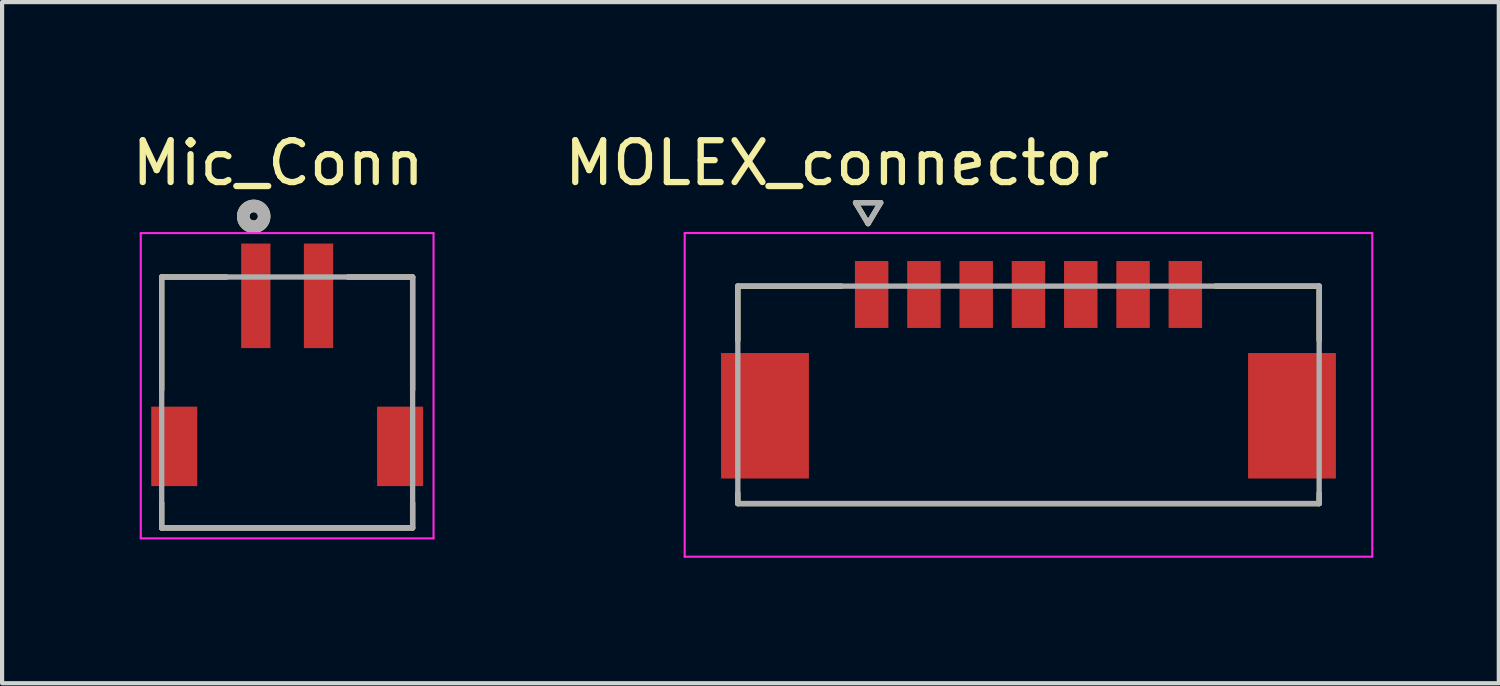
<source format=kicad_pcb>
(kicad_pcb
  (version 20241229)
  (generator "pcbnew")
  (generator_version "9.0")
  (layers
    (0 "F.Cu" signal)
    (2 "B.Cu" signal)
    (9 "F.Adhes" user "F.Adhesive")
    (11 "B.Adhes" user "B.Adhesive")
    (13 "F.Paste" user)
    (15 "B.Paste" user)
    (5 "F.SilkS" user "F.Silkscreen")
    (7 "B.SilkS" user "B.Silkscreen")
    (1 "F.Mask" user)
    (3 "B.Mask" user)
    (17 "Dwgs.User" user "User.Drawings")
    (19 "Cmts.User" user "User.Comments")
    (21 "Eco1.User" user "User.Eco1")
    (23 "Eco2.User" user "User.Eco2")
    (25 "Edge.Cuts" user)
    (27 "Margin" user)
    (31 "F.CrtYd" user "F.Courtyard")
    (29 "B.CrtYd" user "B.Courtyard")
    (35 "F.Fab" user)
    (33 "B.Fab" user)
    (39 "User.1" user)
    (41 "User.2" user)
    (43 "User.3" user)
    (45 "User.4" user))
  (footprint "MOLEX_connector"
    (layer "F.Cu")
    (at 21.541 6.391)
    (property "Reference" "MOLEX_connector" (at -4.575 -5.543 0) (layer "F.SilkS") (effects (font (size 1 1) (thickness 0.15))))
    (attr smd)
    (fp_poly (pts (xy -7.426 -1.076) (xy -5.174 -1.076) (xy -5.174 2.076) (xy -7.426 2.076)) (stroke (width 0.01) (type solid)) (fill yes) (layer "F.Mask"))
    (fp_poly (pts (xy -4.226 -3.276) (xy -3.274 -3.276) (xy -3.274 -1.524) (xy -4.226 -1.524)) (stroke (width 0.01) (type solid)) (fill yes) (layer "F.Mask"))
    (fp_poly (pts (xy -2.976 -3.276) (xy -2.024 -3.276) (xy -2.024 -1.524) (xy -2.976 -1.524)) (stroke (width 0.01) (type solid)) (fill yes) (layer "F.Mask"))
    (fp_poly (pts (xy -1.726 -3.276) (xy -0.774 -3.276) (xy -0.774 -1.524) (xy -1.726 -1.524)) (stroke (width 0.01) (type solid)) (fill yes) (layer "F.Mask"))
    (fp_poly (pts (xy -0.476 -3.276) (xy 0.476 -3.276) (xy 0.476 -1.524) (xy -0.476 -1.524)) (stroke (width 0.01) (type solid)) (fill yes) (layer "F.Mask"))
    (fp_poly (pts (xy 0.774 -3.276) (xy 1.726 -3.276) (xy 1.726 -1.524) (xy 0.774 -1.524)) (stroke (width 0.01) (type solid)) (fill yes) (layer "F.Mask"))
    (fp_poly (pts (xy 2.024 -3.276) (xy 2.976 -3.276) (xy 2.976 -1.524) (xy 2.024 -1.524)) (stroke (width 0.01) (type solid)) (fill yes) (layer "F.Mask"))
    (fp_poly (pts (xy 3.274 -3.276) (xy 4.226 -3.276) (xy 4.226 -1.524) (xy 3.274 -1.524)) (stroke (width 0.01) (type solid)) (fill yes) (layer "F.Mask"))
    (fp_poly (pts (xy 5.174 -1.076) (xy 7.426 -1.076) (xy 7.426 2.076) (xy 5.174 2.076)) (stroke (width 0.01) (type solid)) (fill yes) (layer "F.Mask"))
    (fp_line (start -6.95 -2.6) (end -4.47 -2.6) (stroke (width 0.127) (type solid)) (layer "F.SilkS"))
    (fp_line (start -6.95 -1.3) (end -6.95 -2.6) (stroke (width 0.127) (type solid)) (layer "F.SilkS"))
    (fp_line (start -6.95 2.6) (end -6.95 2.35) (stroke (width 0.127) (type solid)) (layer "F.SilkS"))
    (fp_line (start -6.95 2.6) (end 6.95 2.6) (stroke (width 0.127) (type solid)) (layer "F.SilkS"))
    (fp_line (start -4.135 -4.595) (end -3.535 -4.595) (stroke (width 0.127) (type solid)) (layer "F.SilkS"))
    (fp_line (start -3.835 -4.095) (end -4.135 -4.595) (stroke (width 0.127) (type solid)) (layer "F.SilkS"))
    (fp_line (start -3.535 -4.595) (end -3.835 -4.095) (stroke (width 0.127) (type solid)) (layer "F.SilkS"))
    (fp_line (start 4.47 -2.6) (end 6.95 -2.6) (stroke (width 0.127) (type solid)) (layer "F.SilkS"))
    (fp_line (start 6.95 -2.6) (end 6.95 -1.3) (stroke (width 0.127) (type solid)) (layer "F.SilkS"))
    (fp_line (start 6.95 2.6) (end 6.95 2.35) (stroke (width 0.127) (type solid)) (layer "F.SilkS"))
    (fp_line (start -8.22 3.87) (end -8.22 -3.87) (stroke (width 0.05) (type solid)) (layer "F.CrtYd"))
    (fp_line (start 8.22 -3.87) (end -8.22 -3.87) (stroke (width 0.05) (type solid)) (layer "F.CrtYd"))
    (fp_line (start 8.22 -3.87) (end 8.22 3.87) (stroke (width 0.05) (type solid)) (layer "F.CrtYd"))
    (fp_line (start 8.22 3.87) (end -8.22 3.87) (stroke (width 0.05) (type solid)) (layer "F.CrtYd"))
    (fp_line (start -6.95 -2.6) (end 6.95 -2.6) (stroke (width 0.127) (type solid)) (layer "F.Fab"))
    (fp_line (start -6.95 2.6) (end -6.95 -2.6) (stroke (width 0.127) (type solid)) (layer "F.Fab"))
    (fp_line (start -4.135 -4.595) (end -3.535 -4.595) (stroke (width 0.127) (type solid)) (layer "F.Fab"))
    (fp_line (start -3.835 -4.095) (end -4.135 -4.595) (stroke (width 0.127) (type solid)) (layer "F.Fab"))
    (fp_line (start -3.535 -4.595) (end -3.835 -4.095) (stroke (width 0.127) (type solid)) (layer "F.Fab"))
    (fp_line (start 6.95 -2.6) (end 6.95 2.6) (stroke (width 0.127) (type solid)) (layer "F.Fab"))
    (fp_line (start 6.95 2.6) (end -6.95 2.6) (stroke (width 0.127) (type solid)) (layer "F.Fab"))
    (pad "1" smd rect (at -3.75 -2.4) (size 0.8 1.6) (layers "F.Cu" "F.Paste"))
    (pad "2" smd rect (at -2.5 -2.4) (size 0.8 1.6) (layers "F.Cu" "F.Paste"))
    (pad "3" smd rect (at -1.25 -2.4) (size 0.8 1.6) (layers "F.Cu" "F.Paste"))
    (pad "4" smd rect (at 0 -2.4) (size 0.8 1.6) (layers "F.Cu" "F.Paste"))
    (pad "5" smd rect (at 1.25 -2.4) (size 0.8 1.6) (layers "F.Cu" "F.Paste"))
    (pad "6" smd rect (at 2.5 -2.4) (size 0.8 1.6) (layers "F.Cu" "F.Paste"))
    (pad "7" smd rect (at 3.75 -2.4) (size 0.8 1.6) (layers "F.Cu" "F.Paste"))
    (pad "S1" smd rect (at -6.3 0.5) (size 2.1 3) (layers "F.Cu" "F.Paste"))
    (pad "S2" smd rect (at 6.3 0.5) (size 2.1 3) (layers "F.Cu" "F.Paste")))
  (footprint "Mic_Conn"
    (layer "F.Cu")
    (at 3.816 6.173)
    (property "Reference" "Mic_Conn" (at -0.215 -5.325 0) (layer "F.SilkS") (effects (font (size 1 1) (thickness 0.15))))
    (attr smd)
    (fp_line (start -3 -2.6) (end -3 0.1) (stroke (width 0.127) (type solid)) (layer "F.SilkS"))
    (fp_line (start -3 2.8) (end -3 3.4) (stroke (width 0.127) (type solid)) (layer "F.SilkS"))
    (fp_line (start -3 3.4) (end 3 3.4) (stroke (width 0.127) (type solid)) (layer "F.SilkS"))
    (fp_line (start -1.45 -2.6) (end -3 -2.6) (stroke (width 0.127) (type solid)) (layer "F.SilkS"))
    (fp_line (start 1.45 -2.6) (end 3 -2.6) (stroke (width 0.127) (type solid)) (layer "F.SilkS"))
    (fp_line (start 3 -2.6) (end 3 0.1) (stroke (width 0.127) (type solid)) (layer "F.SilkS"))
    (fp_line (start 3 3.4) (end 3 2.8) (stroke (width 0.127) (type solid)) (layer "F.SilkS"))
    (fp_circle (center -0.8 -4.05) (end -0.7 -4.05) (stroke (width 0.3) (type solid)) (fill no) (layer "F.SilkS"))
    (fp_line (start -3.5 -3.65) (end 3.5 -3.65) (stroke (width 0.05) (type solid)) (layer "F.CrtYd"))
    (fp_line (start -3.5 3.65) (end -3.5 -3.65) (stroke (width 0.05) (type solid)) (layer "F.CrtYd"))
    (fp_line (start 3.5 -3.65) (end 3.5 3.65) (stroke (width 0.05) (type solid)) (layer "F.CrtYd"))
    (fp_line (start 3.5 3.65) (end -3.5 3.65) (stroke (width 0.05) (type solid)) (layer "F.CrtYd"))
    (fp_line (start -3 -2.6) (end 3 -2.6) (stroke (width 0.127) (type solid)) (layer "F.Fab"))
    (fp_line (start -3 3.4) (end -3 -2.6) (stroke (width 0.127) (type solid)) (layer "F.Fab"))
    (fp_line (start 3 -2.6) (end 3 3.4) (stroke (width 0.127) (type solid)) (layer "F.Fab"))
    (fp_line (start 3 3.4) (end -3 3.4) (stroke (width 0.127) (type solid)) (layer "F.Fab"))
    (fp_circle (center -0.8 -4.05) (end -0.7 -4.05) (stroke (width 0.3) (type solid)) (fill no) (layer "F.Fab"))
    (pad "1" smd rect (at -0.75 -2.15) (size 0.7 2.5) (layers "F.Cu" "F.Mask" "F.Paste"))
    (pad "2" smd rect (at 0.75 -2.15) (size 0.7 2.5) (layers "F.Cu" "F.Mask" "F.Paste"))
    (pad "S1" smd rect (at -2.7 1.45) (size 1.1 1.9) (layers "F.Cu" "F.Mask" "F.Paste"))
    (pad "S2" smd rect (at 2.7 1.45) (size 1.1 1.9) (layers "F.Cu" "F.Mask" "F.Paste")))
  (gr_rect
    (start -3 -3)
    (end 32.786 13.286)
    (stroke (width 0.1) (type default))
    (fill no)
    (layer "Edge.Cuts")))
</source>
